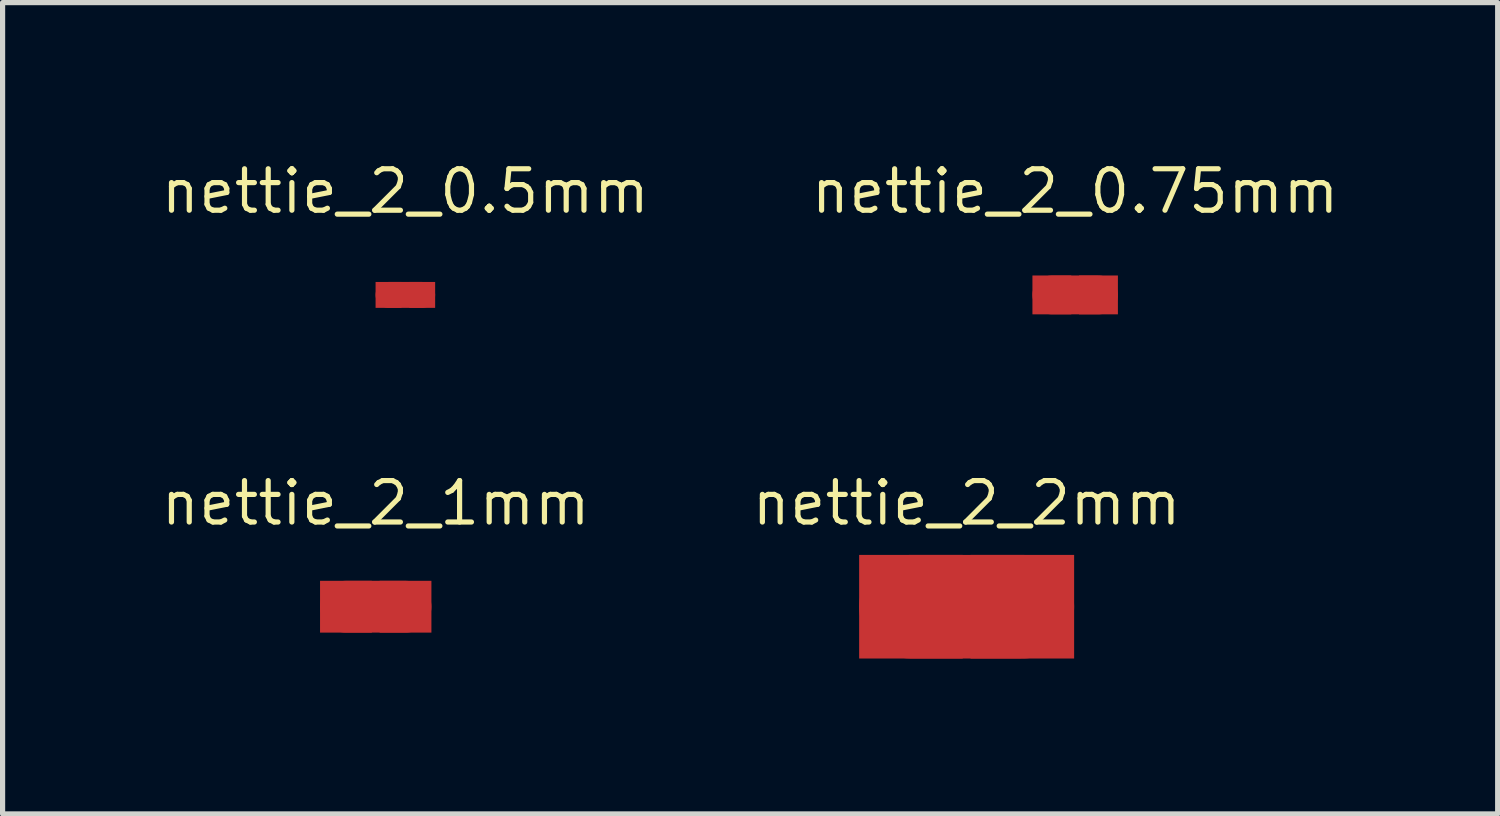
<source format=kicad_pcb>
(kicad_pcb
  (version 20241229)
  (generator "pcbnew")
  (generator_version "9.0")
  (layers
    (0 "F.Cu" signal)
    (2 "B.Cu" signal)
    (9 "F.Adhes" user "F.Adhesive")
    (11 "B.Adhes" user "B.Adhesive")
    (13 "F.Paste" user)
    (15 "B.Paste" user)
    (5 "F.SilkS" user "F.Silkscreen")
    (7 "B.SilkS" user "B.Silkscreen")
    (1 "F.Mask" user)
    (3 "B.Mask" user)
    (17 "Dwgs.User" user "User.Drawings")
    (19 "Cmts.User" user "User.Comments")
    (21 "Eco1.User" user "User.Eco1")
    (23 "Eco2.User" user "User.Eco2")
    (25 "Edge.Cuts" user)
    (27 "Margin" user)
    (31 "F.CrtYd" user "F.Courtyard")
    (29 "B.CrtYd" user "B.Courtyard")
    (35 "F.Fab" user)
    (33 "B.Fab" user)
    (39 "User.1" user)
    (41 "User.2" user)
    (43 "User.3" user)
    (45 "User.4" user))
  (footprint "nettie_2_2mm"
    (layer "F.Cu")
    (at 15.61 8.662)
    (property "Reference" "nettie_2_2mm" (at 0 -2 0) (layer "F.SilkS") (effects (font (size 0.8 0.8) (thickness 0.1))))
    (attr smd)
    (fp_line (start 1.075 0) (end -1.075 0) (stroke (width 2) (type default)) (layer "F.Cu"))
    (pad "1" smd rect (at -1.075 0) (size 2 2) (layers "F.Cu"))
    (pad "2" smd rect (at 1.075 0) (size 2 2) (layers "F.Cu")))
  (footprint "nettie_2_0.5mm"
    (layer "F.Cu")
    (at 4.775 2.643)
    (property "Reference" "nettie_2_0.5mm" (at 0 -2 0) (layer "F.SilkS") (effects (font (size 0.8 0.8) (thickness 0.1))))
    (attr smd)
    (fp_line (start 0.325 0) (end -0.325 0) (stroke (width 0.5) (type default)) (layer "F.Cu"))
    (pad "1" smd rect (at -0.325 0) (size 0.5 0.5) (layers "F.Cu"))
    (pad "2" smd rect (at 0.325 0) (size 0.5 0.5) (layers "F.Cu")))
  (footprint "nettie_2_0.75mm"
    (layer "F.Cu")
    (at 17.705 2.643)
    (property "Reference" "nettie_2_0.75mm" (at 0 -2 0) (layer "F.SilkS") (effects (font (size 0.8 0.8) (thickness 0.1))))
    (attr smd)
    (fp_line (start 0.45 0) (end -0.45 0) (stroke (width 0.75) (type default)) (layer "F.Cu"))
    (pad "1" smd rect (at -0.45 0) (size 0.75 0.75) (layers "F.Cu"))
    (pad "2" smd rect (at 0.45 0) (size 0.75 0.75) (layers "F.Cu")))
  (footprint "nettie_2_1mm"
    (layer "F.Cu")
    (at 4.203 8.662)
    (property "Reference" "nettie_2_1mm" (at 0 -2 0) (layer "F.SilkS") (effects (font (size 0.8 0.8) (thickness 0.1))))
    (attr smd)
    (fp_line (start 0.575 0) (end -0.575 0) (stroke (width 1) (type default)) (layer "F.Cu"))
    (pad "1" smd rect (at -0.575 0) (size 1 1) (layers "F.Cu"))
    (pad "2" smd rect (at 0.575 0) (size 1 1) (layers "F.Cu")))
  (gr_rect
    (start -3 -3)
    (end 25.861 12.662)
    (stroke (width 0.1) (type default))
    (fill no)
    (layer "Edge.Cuts")))
</source>
